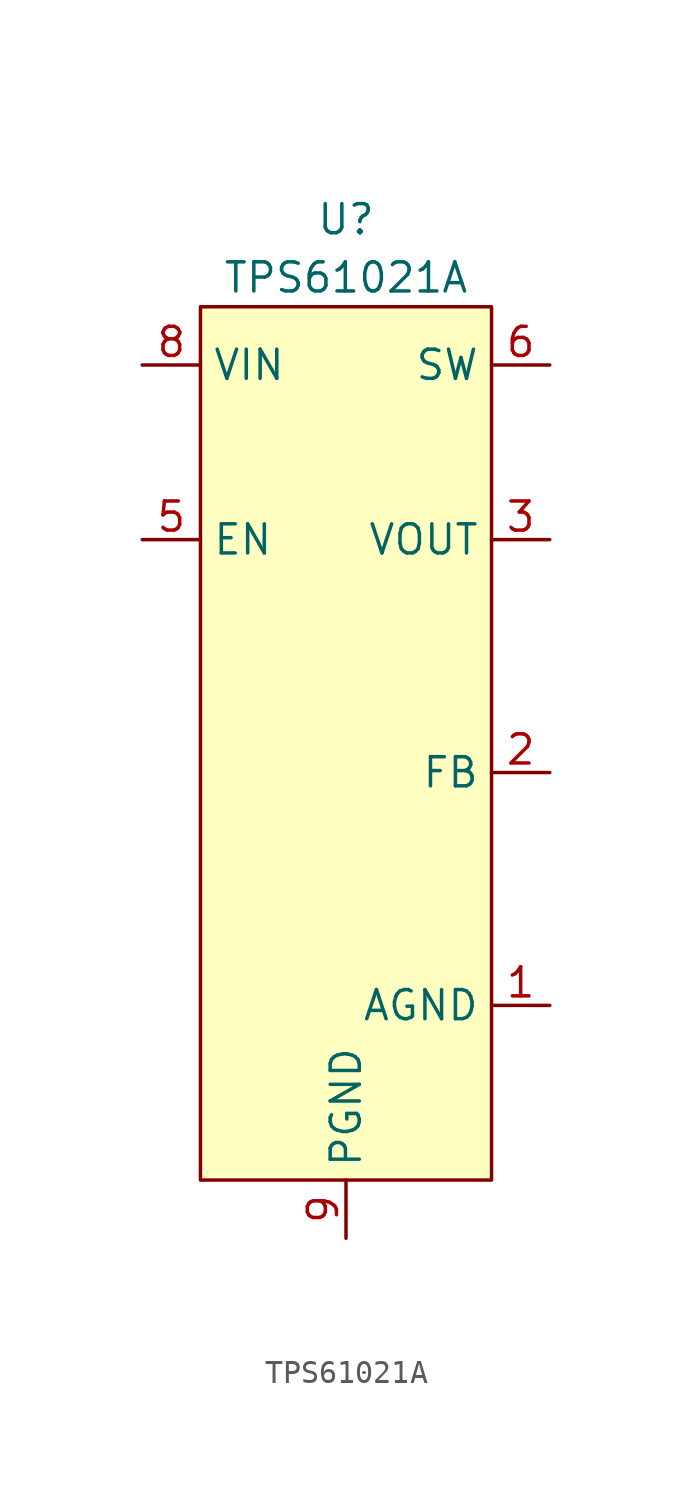
<source format=kicad_sym>
(kicad_symbol_lib
  (version 20220914)
  (generator kicad_symbol_editor)
  (symbol "TPS61021A"
    (property "Reference" "U"
      (at 0 24.13 0)
      (effects (font (size 1.27 1.27))))
    (property "Value" "TPS61021A"
      (at 0 21.59 0)
      (effects (font (size 1.27 1.27))))
    (symbol "TPS61021A_1_1"
      (rectangle (start -6.35 20.32) (end 6.35 -17.78) (stroke (width 0) (type default)) (fill (type background)))
      (pin passive line (at 8.89 -10.16 180) (length 2.54) (name "AGND" (effects (font (size 1.27 1.27)))) (number "1" (effects (font (size 1.27 1.27)))))
      (pin input line (at 8.89 0 180) (length 2.54) (name "FB" (effects (font (size 1.27 1.27)))) (number "2" (effects (font (size 1.27 1.27)))))
      (pin power_out line (at 8.89 10.16 180) (length 2.54) (name "VOUT" (effects (font (size 1.27 1.27)))) (number "3" (effects (font (size 1.27 1.27)))))
      (pin passive line (at 8.89 10.16 180) (length 2.54) hide (name "VOUT" (effects (font (size 1.27 1.27)))) (number "4" (effects (font (size 1.27 1.27)))))
      (pin input line (at -8.89 10.16 0) (length 2.54) (name "EN" (effects (font (size 1.27 1.27)))) (number "5" (effects (font (size 1.27 1.27)))))
      (pin input line (at 8.89 17.78 180) (length 2.54) (name "SW" (effects (font (size 1.27 1.27)))) (number "6" (effects (font (size 1.27 1.27)))))
      (pin input line (at 8.89 17.78 180) (length 2.54) hide (name "SW" (effects (font (size 1.27 1.27)))) (number "7" (effects (font (size 1.27 1.27)))))
      (pin passive line (at -8.89 17.78 0) (length 2.54) (name "VIN" (effects (font (size 1.27 1.27)))) (number "8" (effects (font (size 1.27 1.27)))))
      (pin power_out line (at 0 -20.32 90) (length 2.54) (name "PGND" (effects (font (size 1.27 1.27)))) (number "9" (effects (font (size 1.27 1.27))))))))
</source>
